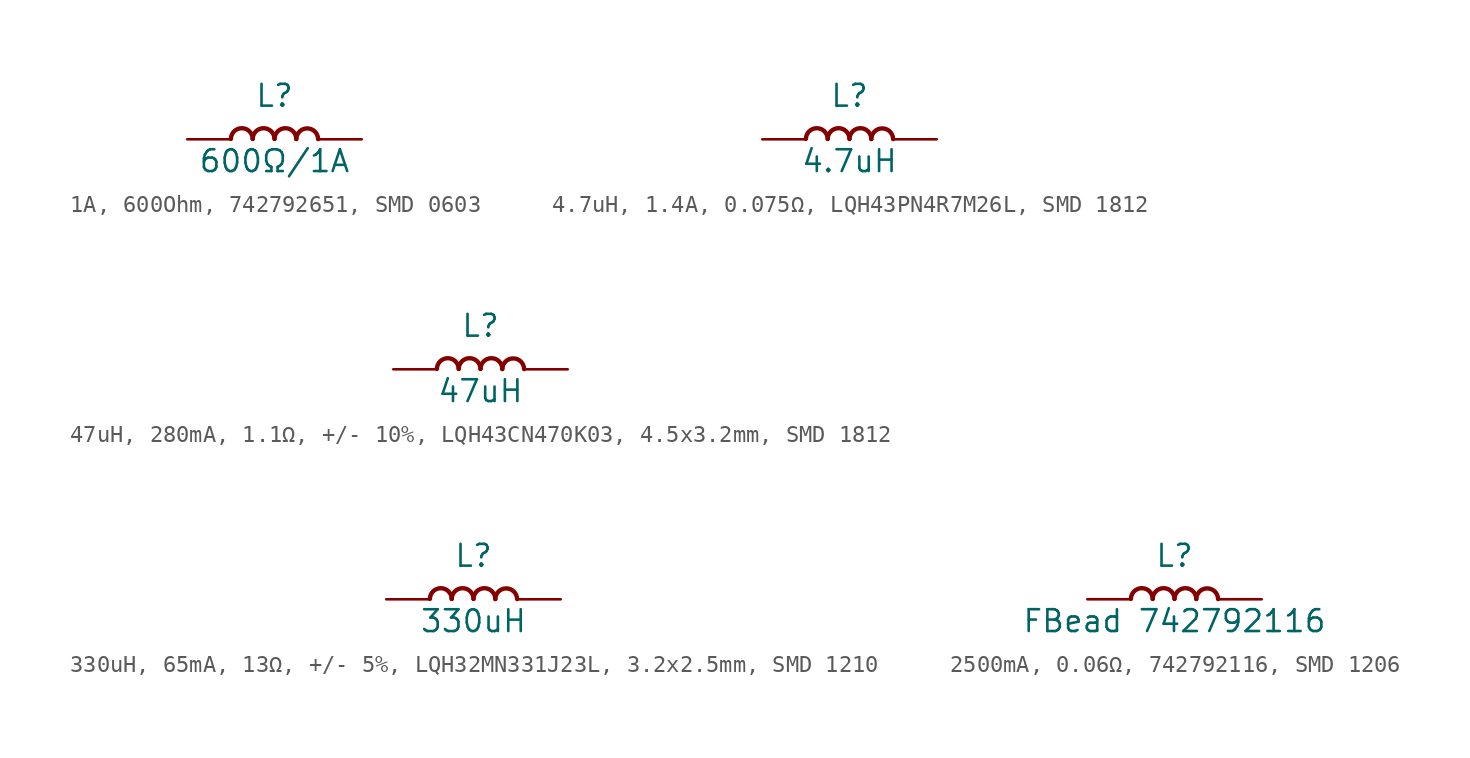
<source format=kicad_sym>
(kicad_symbol_lib
  (version 20241209)
  (generator "kicad_symbol_editor")
  (generator_version "9.0")
  (symbol "1A, 600Ohm, 742792651, SMD 0603"
    (pin_numbers
      (hide yes))
    (pin_names
      (offset 0)
      (hide yes))
    (property "Reference" "L"
      (at 0 2.54 0)
      (effects (font (size 1.27 1.27))))
    (property "Value" "600Ω/1A"
      (at 0 -1.27 0)
      (effects (font (size 1.27 1.27))))
    (symbol "1A, 600Ohm, 742792651, SMD 0603_1_1"
      (arc (start -2.54 0.0226) (mid -1.905 0.6464) (end -1.27 0.0226) (stroke (width 0.254) (type default)) (fill (type none)))
      (arc (start -1.27 0.0226) (mid -0.635 0.6464) (end 0 0.0226) (stroke (width 0.254) (type default)) (fill (type none)))
      (arc (start 0 0.0226) (mid 0.635 0.6464) (end 1.27 0.0226) (stroke (width 0.254) (type default)) (fill (type none)))
      (arc (start 1.27 0.0113) (mid 1.905 0.6351) (end 2.54 0.0113) (stroke (width 0.254) (type default)) (fill (type none)))
      (pin passive line (at -5.08 0 0) (length 2.54) (name "1" (effects (font (size 1.27 1.27)))) (number "1" (effects (font (size 1.27 1.27)))))
      (pin passive line (at 5.08 0 180) (length 2.54) (name "2" (effects (font (size 1.27 1.27)))) (number "2" (effects (font (size 1.27 1.27)))))))
  (symbol "4.7uH, 1.4A, 0.075Ω, LQH43PN4R7M26L, SMD 1812"
    (pin_numbers
      (hide yes))
    (pin_names
      (offset 0)
      (hide yes))
    (property "Reference" "L"
      (at 0 2.54 0)
      (effects (font (size 1.27 1.27))))
    (property "Value" "4.7uH"
      (at 0 -1.27 0)
      (effects (font (size 1.27 1.27))))
    (symbol "4.7uH, 1.4A, 0.075Ω, LQH43PN4R7M26L, SMD 1812_1_1"
      (arc (start -2.54 0.0226) (mid -1.905 0.6464) (end -1.27 0.0226) (stroke (width 0.254) (type default)) (fill (type none)))
      (arc (start -1.27 0.0226) (mid -0.635 0.6464) (end 0 0.0226) (stroke (width 0.254) (type default)) (fill (type none)))
      (arc (start 0 0.0226) (mid 0.635 0.6464) (end 1.27 0.0226) (stroke (width 0.254) (type default)) (fill (type none)))
      (arc (start 1.27 0.0113) (mid 1.905 0.6351) (end 2.54 0.0113) (stroke (width 0.254) (type default)) (fill (type none)))
      (pin passive line (at -5.08 0 0) (length 2.54) (name "1" (effects (font (size 1.27 1.27)))) (number "1" (effects (font (size 1.27 1.27)))))
      (pin passive line (at 5.08 0 180) (length 2.54) (name "2" (effects (font (size 1.27 1.27)))) (number "2" (effects (font (size 1.27 1.27)))))))
  (symbol "47uH, 280mA, 1.1Ω, +/- 10%, LQH43CN470K03, 4.5x3.2mm, SMD 1812"
    (pin_numbers
      (hide yes))
    (pin_names
      (offset 0)
      (hide yes))
    (property "Reference" "L"
      (at 0 2.54 0)
      (effects (font (size 1.27 1.27))))
    (property "Value" "47uH"
      (at 0 -1.27 0)
      (effects (font (size 1.27 1.27))))
    (symbol "47uH, 280mA, 1.1Ω, +/- 10%, LQH43CN470K03, 4.5x3.2mm, SMD 1812_1_1"
      (arc (start -2.54 0.0226) (mid -1.905 0.6464) (end -1.27 0.0226) (stroke (width 0.254) (type default)) (fill (type none)))
      (arc (start -1.27 0.0226) (mid -0.635 0.6464) (end 0 0.0226) (stroke (width 0.254) (type default)) (fill (type none)))
      (arc (start 0 0.0226) (mid 0.635 0.6464) (end 1.27 0.0226) (stroke (width 0.254) (type default)) (fill (type none)))
      (arc (start 1.27 0.0113) (mid 1.905 0.6351) (end 2.54 0.0113) (stroke (width 0.254) (type default)) (fill (type none)))
      (pin passive line (at -5.08 0 0) (length 2.54) (name "1" (effects (font (size 1.27 1.27)))) (number "1" (effects (font (size 1.27 1.27)))))
      (pin passive line (at 5.08 0 180) (length 2.54) (name "2" (effects (font (size 1.27 1.27)))) (number "2" (effects (font (size 1.27 1.27)))))))
  (symbol "330uH, 65mA, 13Ω, +/- 5%, LQH32MN331J23L, 3.2x2.5mm, SMD 1210"
    (pin_numbers
      (hide yes))
    (pin_names
      (offset 0)
      (hide yes))
    (property "Reference" "L"
      (at 0 2.54 0)
      (effects (font (size 1.27 1.27))))
    (property "Value" "330uH"
      (at 0 -1.27 0)
      (effects (font (size 1.27 1.27))))
    (symbol "330uH, 65mA, 13Ω, +/- 5%, LQH32MN331J23L, 3.2x2.5mm, SMD 1210_1_1"
      (arc (start -2.54 0.0226) (mid -1.905 0.6464) (end -1.27 0.0226) (stroke (width 0.254) (type default)) (fill (type none)))
      (arc (start -1.27 0.0226) (mid -0.635 0.6464) (end 0 0.0226) (stroke (width 0.254) (type default)) (fill (type none)))
      (arc (start 0 0.0226) (mid 0.635 0.6464) (end 1.27 0.0226) (stroke (width 0.254) (type default)) (fill (type none)))
      (arc (start 1.27 0.0113) (mid 1.905 0.6351) (end 2.54 0.0113) (stroke (width 0.254) (type default)) (fill (type none)))
      (pin passive line (at -5.08 0 0) (length 2.54) (name "1" (effects (font (size 1.27 1.27)))) (number "1" (effects (font (size 1.27 1.27)))))
      (pin passive line (at 5.08 0 180) (length 2.54) (name "2" (effects (font (size 1.27 1.27)))) (number "2" (effects (font (size 1.27 1.27)))))))
  (symbol "2500mA, 0.06Ω, 742792116, SMD 1206"
    (pin_numbers
      (hide yes))
    (pin_names
      (offset 0)
      (hide yes))
    (property "Reference" "L"
      (at 0 2.54 0)
      (effects (font (size 1.27 1.27))))
    (property "Value" "FBead 742792116"
      (at 0 -1.27 0)
      (effects (font (size 1.27 1.27))))
    (symbol "2500mA, 0.06Ω, 742792116, SMD 1206_1_1"
      (arc (start -2.54 0.0226) (mid -1.905 0.6464) (end -1.27 0.0226) (stroke (width 0.254) (type default)) (fill (type none)))
      (arc (start -1.27 0.0226) (mid -0.635 0.6464) (end 0 0.0226) (stroke (width 0.254) (type default)) (fill (type none)))
      (arc (start 0 0.0226) (mid 0.635 0.6464) (end 1.27 0.0226) (stroke (width 0.254) (type default)) (fill (type none)))
      (arc (start 1.27 0.0113) (mid 1.905 0.6351) (end 2.54 0.0113) (stroke (width 0.254) (type default)) (fill (type none)))
      (pin passive line (at -5.08 0 0) (length 2.54) (name "1" (effects (font (size 1.27 1.27)))) (number "1" (effects (font (size 1.27 1.27)))))
      (pin passive line (at 5.08 0 180) (length 2.54) (name "2" (effects (font (size 1.27 1.27)))) (number "2" (effects (font (size 1.27 1.27))))))))
</source>
